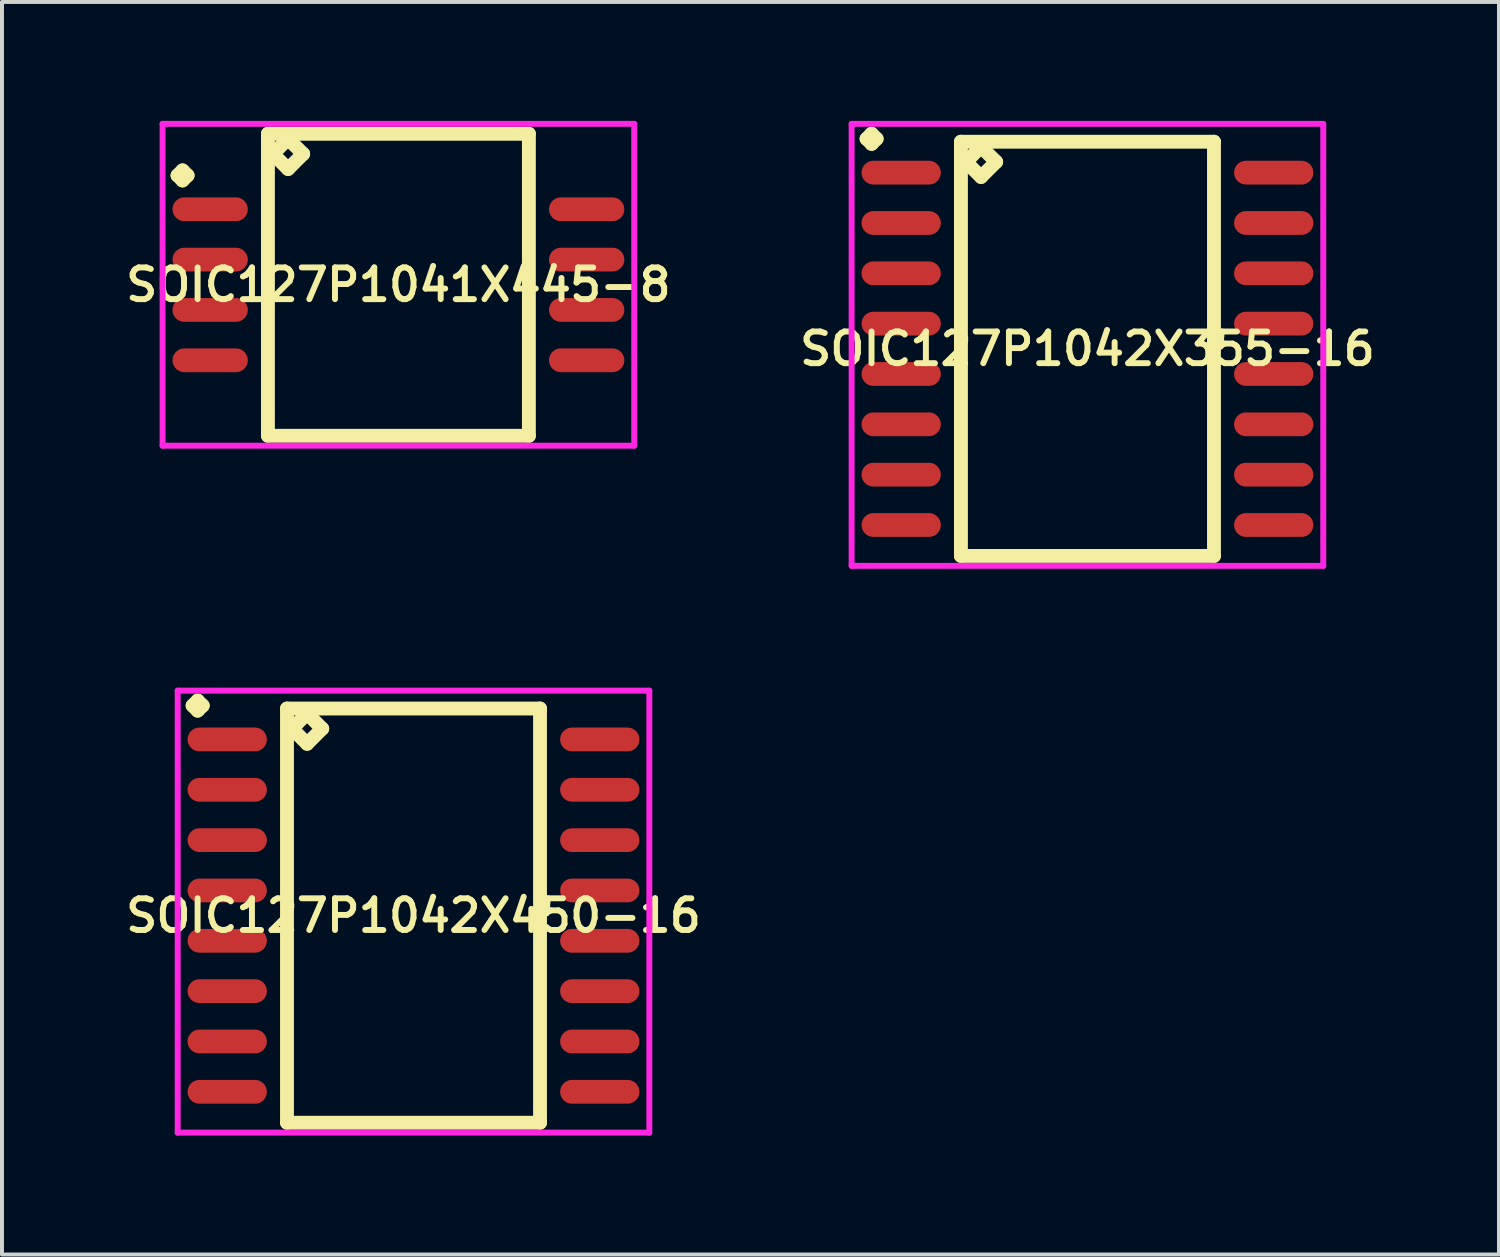
<source format=kicad_pcb>
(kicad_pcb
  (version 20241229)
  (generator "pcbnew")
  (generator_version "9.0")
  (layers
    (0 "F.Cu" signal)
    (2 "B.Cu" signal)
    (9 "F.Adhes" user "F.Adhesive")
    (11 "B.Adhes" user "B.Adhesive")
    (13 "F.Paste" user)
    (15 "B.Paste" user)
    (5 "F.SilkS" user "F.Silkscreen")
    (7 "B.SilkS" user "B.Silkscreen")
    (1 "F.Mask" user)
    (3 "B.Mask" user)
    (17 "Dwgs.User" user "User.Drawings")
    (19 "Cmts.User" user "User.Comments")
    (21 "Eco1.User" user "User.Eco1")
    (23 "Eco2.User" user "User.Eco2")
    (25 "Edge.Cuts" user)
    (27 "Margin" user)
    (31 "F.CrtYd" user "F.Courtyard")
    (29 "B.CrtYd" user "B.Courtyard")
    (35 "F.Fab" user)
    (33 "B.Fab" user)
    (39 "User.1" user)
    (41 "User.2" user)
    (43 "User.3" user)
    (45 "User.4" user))
  (footprint "SOIC127P1042X450-16"
    (layer "F.Cu")
    (at 7.383 20.052)
    (property "Reference" "SOIC127P1042X450-16" (at 0 0 0) (layer "F.SilkS") (effects (font (size 0.8 0.8) (thickness 0.15))))
    (attr through_hole)
    (fp_line (start -5.573 -5.299) (end -5.446 -5.426) (stroke (width 0.35) (type solid)) (layer "F.SilkS"))
    (fp_line (start -5.446 -5.426) (end -5.319 -5.299) (stroke (width 0.35) (type solid)) (layer "F.SilkS"))
    (fp_line (start -5.446 -5.172) (end -5.573 -5.299) (stroke (width 0.35) (type solid)) (layer "F.SilkS"))
    (fp_line (start -5.319 -5.299) (end -5.446 -5.172) (stroke (width 0.35) (type solid)) (layer "F.SilkS"))
    (fp_line (start -3.192 -5.225) (end -3.192 5.225) (stroke (width 0.35) (type solid)) (layer "F.SilkS"))
    (fp_line (start -3.192 5.225) (end 3.192 5.225) (stroke (width 0.35) (type solid)) (layer "F.SilkS"))
    (fp_line (start -3.065 -4.717) (end -2.684 -5.098) (stroke (width 0.35) (type solid)) (layer "F.SilkS"))
    (fp_line (start -2.684 -5.098) (end -2.303 -4.717) (stroke (width 0.35) (type solid)) (layer "F.SilkS"))
    (fp_line (start -2.684 -4.336) (end -3.065 -4.717) (stroke (width 0.35) (type solid)) (layer "F.SilkS"))
    (fp_line (start -2.303 -4.717) (end -2.684 -4.336) (stroke (width 0.35) (type solid)) (layer "F.SilkS"))
    (fp_line (start 3.192 -5.225) (end -3.192 -5.225) (stroke (width 0.35) (type solid)) (layer "F.SilkS"))
    (fp_line (start 3.192 5.225) (end 3.192 -5.225) (stroke (width 0.35) (type solid)) (layer "F.SilkS"))
    (fp_line (start -5.95 -5.676) (end 5.95 -5.676) (stroke (width 0.15) (type solid)) (layer "F.CrtYd"))
    (fp_line (start -5.95 5.475) (end -5.95 -5.676) (stroke (width 0.15) (type solid)) (layer "F.CrtYd"))
    (fp_line (start 5.95 -5.676) (end 5.95 5.475) (stroke (width 0.15) (type solid)) (layer "F.CrtYd"))
    (fp_line (start 5.95 5.475) (end -5.95 5.475) (stroke (width 0.15) (type solid)) (layer "F.CrtYd"))
    (pad "1" smd oval (at -4.7 -4.445) (size 2 0.6) (layers "F.Cu" "F.Mask" "F.Paste"))
    (pad "2" smd oval (at -4.7 -3.175) (size 2 0.6) (layers "F.Cu" "F.Mask" "F.Paste"))
    (pad "3" smd oval (at -4.7 -1.905) (size 2 0.6) (layers "F.Cu" "F.Mask" "F.Paste"))
    (pad "4" smd oval (at -4.7 -0.635) (size 2 0.6) (layers "F.Cu" "F.Mask" "F.Paste"))
    (pad "5" smd oval (at -4.7 0.635) (size 2 0.6) (layers "F.Cu" "F.Mask" "F.Paste"))
    (pad "6" smd oval (at -4.7 1.905) (size 2 0.6) (layers "F.Cu" "F.Mask" "F.Paste"))
    (pad "7" smd oval (at -4.7 3.175) (size 2 0.6) (layers "F.Cu" "F.Mask" "F.Paste"))
    (pad "8" smd oval (at -4.7 4.445) (size 2 0.6) (layers "F.Cu" "F.Mask" "F.Paste"))
    (pad "9" smd oval (at 4.7 4.445) (size 2 0.6) (layers "F.Cu" "F.Mask" "F.Paste"))
    (pad "10" smd oval (at 4.7 3.175) (size 2 0.6) (layers "F.Cu" "F.Mask" "F.Paste"))
    (pad "11" smd oval (at 4.7 1.905) (size 2 0.6) (layers "F.Cu" "F.Mask" "F.Paste"))
    (pad "12" smd oval (at 4.7 0.635) (size 2 0.6) (layers "F.Cu" "F.Mask" "F.Paste"))
    (pad "13" smd oval (at 4.7 -0.635) (size 2 0.6) (layers "F.Cu" "F.Mask" "F.Paste"))
    (pad "14" smd oval (at 4.7 -1.905) (size 2 0.6) (layers "F.Cu" "F.Mask" "F.Paste"))
    (pad "15" smd oval (at 4.7 -3.175) (size 2 0.6) (layers "F.Cu" "F.Mask" "F.Paste"))
    (pad "16" smd oval (at 4.7 -4.445) (size 2 0.6) (layers "F.Cu" "F.Mask" "F.Paste")))
  (footprint "SOIC127P1042X355-16"
    (layer "F.Cu")
    (at 24.387 5.751)
    (property "Reference" "SOIC127P1042X355-16" (at 0 0 0) (layer "F.SilkS") (effects (font (size 0.8 0.8) (thickness 0.15))))
    (attr smd)
    (fp_line (start -5.573 -5.299) (end -5.446 -5.426) (stroke (width 0.35) (type solid)) (layer "F.SilkS"))
    (fp_line (start -5.446 -5.426) (end -5.319 -5.299) (stroke (width 0.35) (type solid)) (layer "F.SilkS"))
    (fp_line (start -5.446 -5.172) (end -5.573 -5.299) (stroke (width 0.35) (type solid)) (layer "F.SilkS"))
    (fp_line (start -5.319 -5.299) (end -5.446 -5.172) (stroke (width 0.35) (type solid)) (layer "F.SilkS"))
    (fp_line (start -3.192 -5.225) (end -3.192 5.225) (stroke (width 0.35) (type solid)) (layer "F.SilkS"))
    (fp_line (start -3.192 5.225) (end 3.192 5.225) (stroke (width 0.35) (type solid)) (layer "F.SilkS"))
    (fp_line (start -3.065 -4.717) (end -2.684 -5.098) (stroke (width 0.35) (type solid)) (layer "F.SilkS"))
    (fp_line (start -2.684 -5.098) (end -2.303 -4.717) (stroke (width 0.35) (type solid)) (layer "F.SilkS"))
    (fp_line (start -2.684 -4.336) (end -3.065 -4.717) (stroke (width 0.35) (type solid)) (layer "F.SilkS"))
    (fp_line (start -2.303 -4.717) (end -2.684 -4.336) (stroke (width 0.35) (type solid)) (layer "F.SilkS"))
    (fp_line (start 3.192 -5.225) (end -3.192 -5.225) (stroke (width 0.35) (type solid)) (layer "F.SilkS"))
    (fp_line (start 3.192 5.225) (end 3.192 -5.225) (stroke (width 0.35) (type solid)) (layer "F.SilkS"))
    (fp_line (start -5.95 -5.676) (end 5.95 -5.676) (stroke (width 0.15) (type solid)) (layer "F.CrtYd"))
    (fp_line (start -5.95 5.475) (end -5.95 -5.676) (stroke (width 0.15) (type solid)) (layer "F.CrtYd"))
    (fp_line (start 5.95 -5.676) (end 5.95 5.475) (stroke (width 0.15) (type solid)) (layer "F.CrtYd"))
    (fp_line (start 5.95 5.475) (end -5.95 5.475) (stroke (width 0.15) (type solid)) (layer "F.CrtYd"))
    (pad "1" smd oval (at -4.7 -4.445) (size 2 0.6) (layers "F.Cu" "F.Mask" "F.Paste"))
    (pad "2" smd oval (at -4.7 -3.175) (size 2 0.6) (layers "F.Cu" "F.Mask" "F.Paste"))
    (pad "3" smd oval (at -4.7 -1.905) (size 2 0.6) (layers "F.Cu" "F.Mask" "F.Paste"))
    (pad "4" smd oval (at -4.7 -0.635) (size 2 0.6) (layers "F.Cu" "F.Mask" "F.Paste"))
    (pad "5" smd oval (at -4.7 0.635) (size 2 0.6) (layers "F.Cu" "F.Mask" "F.Paste"))
    (pad "6" smd oval (at -4.7 1.905) (size 2 0.6) (layers "F.Cu" "F.Mask" "F.Paste"))
    (pad "7" smd oval (at -4.7 3.175) (size 2 0.6) (layers "F.Cu" "F.Mask" "F.Paste"))
    (pad "8" smd oval (at -4.7 4.445) (size 2 0.6) (layers "F.Cu" "F.Mask" "F.Paste"))
    (pad "9" smd oval (at 4.7 4.445) (size 2 0.6) (layers "F.Cu" "F.Mask" "F.Paste"))
    (pad "10" smd oval (at 4.7 3.175) (size 2 0.6) (layers "F.Cu" "F.Mask" "F.Paste"))
    (pad "11" smd oval (at 4.7 1.905) (size 2 0.6) (layers "F.Cu" "F.Mask" "F.Paste"))
    (pad "12" smd oval (at 4.7 0.635) (size 2 0.6) (layers "F.Cu" "F.Mask" "F.Paste"))
    (pad "13" smd oval (at 4.7 -0.635) (size 2 0.6) (layers "F.Cu" "F.Mask" "F.Paste"))
    (pad "14" smd oval (at 4.7 -1.905) (size 2 0.6) (layers "F.Cu" "F.Mask" "F.Paste"))
    (pad "15" smd oval (at 4.7 -3.175) (size 2 0.6) (layers "F.Cu" "F.Mask" "F.Paste"))
    (pad "16" smd oval (at 4.7 -4.445) (size 2 0.6) (layers "F.Cu" "F.Mask" "F.Paste")))
  (footprint "SOIC127P1041X445-8"
    (layer "F.Cu")
    (at 7.002 4.135)
    (property "Reference" "SOIC127P1041X445-8" (at 0 0 0) (layer "F.SilkS") (effects (font (size 0.8 0.8) (thickness 0.15))))
    (attr smd)
    (fp_line (start -5.573 -2.759) (end -5.446 -2.886) (stroke (width 0.35) (type solid)) (layer "F.SilkS"))
    (fp_line (start -5.446 -2.886) (end -5.319 -2.759) (stroke (width 0.35) (type solid)) (layer "F.SilkS"))
    (fp_line (start -5.446 -2.632) (end -5.573 -2.759) (stroke (width 0.35) (type solid)) (layer "F.SilkS"))
    (fp_line (start -5.319 -2.759) (end -5.446 -2.632) (stroke (width 0.35) (type solid)) (layer "F.SilkS"))
    (fp_line (start -3.292 -3.81) (end -3.292 3.81) (stroke (width 0.35) (type solid)) (layer "F.SilkS"))
    (fp_line (start -3.292 3.81) (end 3.292 3.81) (stroke (width 0.35) (type solid)) (layer "F.SilkS"))
    (fp_line (start -3.165 -3.302) (end -2.784 -3.683) (stroke (width 0.35) (type solid)) (layer "F.SilkS"))
    (fp_line (start -2.784 -3.683) (end -2.403 -3.302) (stroke (width 0.35) (type solid)) (layer "F.SilkS"))
    (fp_line (start -2.784 -2.921) (end -3.165 -3.302) (stroke (width 0.35) (type solid)) (layer "F.SilkS"))
    (fp_line (start -2.403 -3.302) (end -2.784 -2.921) (stroke (width 0.35) (type solid)) (layer "F.SilkS"))
    (fp_line (start 3.292 -3.81) (end -3.292 -3.81) (stroke (width 0.35) (type solid)) (layer "F.SilkS"))
    (fp_line (start 3.292 3.81) (end 3.292 -3.81) (stroke (width 0.35) (type solid)) (layer "F.SilkS"))
    (fp_line (start -5.95 -4.06) (end 5.95 -4.06) (stroke (width 0.15) (type solid)) (layer "F.CrtYd"))
    (fp_line (start -5.95 4.06) (end -5.95 -4.06) (stroke (width 0.15) (type solid)) (layer "F.CrtYd"))
    (fp_line (start 5.95 -4.06) (end 5.95 4.06) (stroke (width 0.15) (type solid)) (layer "F.CrtYd"))
    (fp_line (start 5.95 4.06) (end -5.95 4.06) (stroke (width 0.15) (type solid)) (layer "F.CrtYd"))
    (pad "1" smd oval (at -4.75 -1.905) (size 1.9 0.6) (layers "F.Cu" "F.Mask" "F.Paste"))
    (pad "2" smd oval (at -4.75 -0.635) (size 1.9 0.6) (layers "F.Cu" "F.Mask" "F.Paste"))
    (pad "3" smd oval (at -4.75 0.635) (size 1.9 0.6) (layers "F.Cu" "F.Mask" "F.Paste"))
    (pad "4" smd oval (at -4.75 1.905) (size 1.9 0.6) (layers "F.Cu" "F.Mask" "F.Paste"))
    (pad "5" smd oval (at 4.75 1.905) (size 1.9 0.6) (layers "F.Cu" "F.Mask" "F.Paste"))
    (pad "6" smd oval (at 4.75 0.635) (size 1.9 0.6) (layers "F.Cu" "F.Mask" "F.Paste"))
    (pad "7" smd oval (at 4.75 -0.635) (size 1.9 0.6) (layers "F.Cu" "F.Mask" "F.Paste"))
    (pad "8" smd oval (at 4.75 -1.905) (size 1.9 0.6) (layers "F.Cu" "F.Mask" "F.Paste")))
  (gr_rect
    (start -3 -3)
    (end 34.77 28.602)
    (stroke (width 0.1) (type default))
    (fill no)
    (layer "Edge.Cuts")))
</source>
